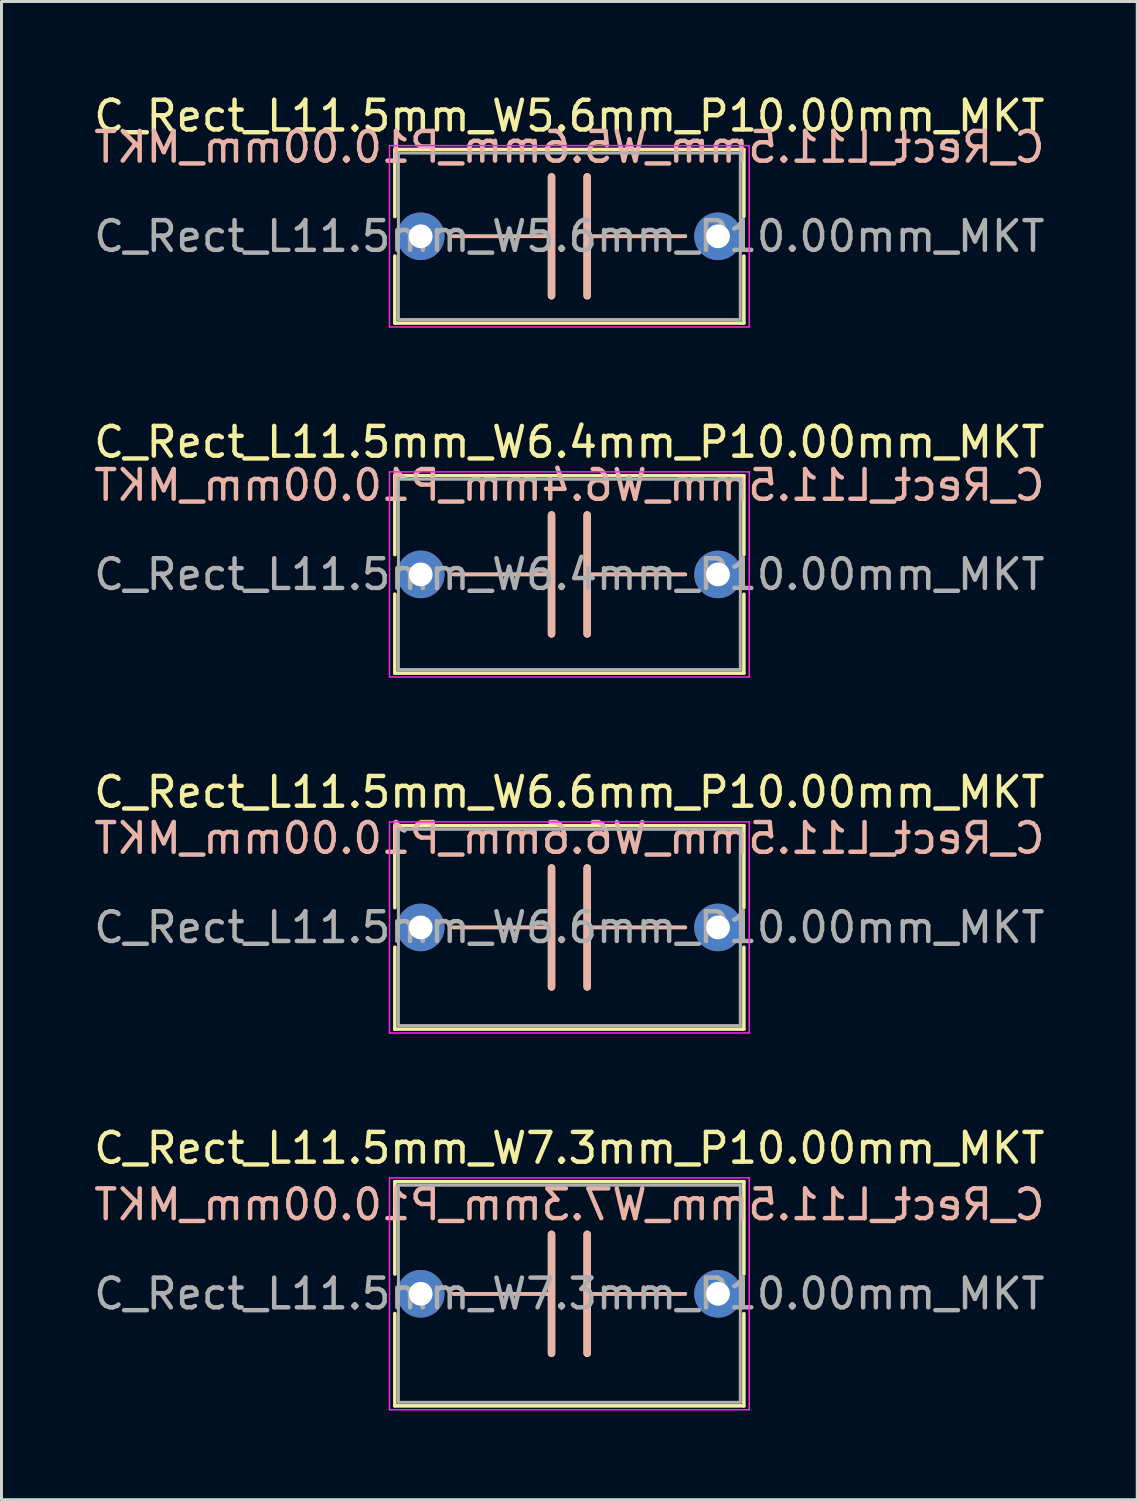
<source format=kicad_pcb>
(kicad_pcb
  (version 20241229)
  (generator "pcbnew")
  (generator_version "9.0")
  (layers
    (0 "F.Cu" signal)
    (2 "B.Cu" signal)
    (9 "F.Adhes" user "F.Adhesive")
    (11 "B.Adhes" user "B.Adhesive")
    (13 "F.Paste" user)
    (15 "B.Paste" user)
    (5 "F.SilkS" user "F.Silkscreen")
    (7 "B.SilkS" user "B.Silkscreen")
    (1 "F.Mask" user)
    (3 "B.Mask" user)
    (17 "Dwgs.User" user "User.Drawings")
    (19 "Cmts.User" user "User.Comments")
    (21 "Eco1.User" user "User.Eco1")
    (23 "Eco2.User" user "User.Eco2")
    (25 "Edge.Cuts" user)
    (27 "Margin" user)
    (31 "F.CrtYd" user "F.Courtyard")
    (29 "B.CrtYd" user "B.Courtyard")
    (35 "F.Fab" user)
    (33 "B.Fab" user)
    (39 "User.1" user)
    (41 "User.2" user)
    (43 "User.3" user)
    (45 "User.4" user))
  (footprint "C_Rect_L11.5mm_W7.3mm_P10.00mm_MKT"
    (layer "F.Cu")
    (at 11.101 40.468)
    (property "Reference" "C_Rect_L11.5mm_W7.3mm_P10.00mm_MKT" (at 5 -4.9 0) (layer "F.SilkS") (effects (font (size 1 1) (thickness 0.15))))
    (fp_line (start -0.87 -3.77) (end -0.87 -0.665) (stroke (width 0.12) (type solid)) (layer "F.SilkS"))
    (fp_line (start -0.87 -3.77) (end 10.87 -3.77) (stroke (width 0.12) (type solid)) (layer "F.SilkS"))
    (fp_line (start -0.87 0.665) (end -0.87 3.77) (stroke (width 0.12) (type solid)) (layer "F.SilkS"))
    (fp_line (start -0.87 3.77) (end 10.87 3.77) (stroke (width 0.12) (type solid)) (layer "F.SilkS"))
    (fp_line (start 1.1 0) (end 4.4 0) (stroke (width 0.12) (type solid)) (layer "F.SilkS"))
    (fp_line (start 4.4 2) (end 4.4 -2) (stroke (width 0.25) (type solid)) (layer "F.SilkS"))
    (fp_line (start 5.6 2) (end 5.6 -2) (stroke (width 0.25) (type solid)) (layer "F.SilkS"))
    (fp_line (start 8.9 0) (end 5.6 0) (stroke (width 0.12) (type solid)) (layer "F.SilkS"))
    (fp_line (start 10.87 -3.77) (end 10.87 -0.665) (stroke (width 0.12) (type solid)) (layer "F.SilkS"))
    (fp_line (start 10.87 0.665) (end 10.87 3.77) (stroke (width 0.12) (type solid)) (layer "F.SilkS"))
    (fp_line (start 1.1 0) (end 4.4 0) (stroke (width 0.12) (type solid)) (layer "B.SilkS"))
    (fp_line (start 4.4 -2) (end 4.4 2) (stroke (width 0.25) (type solid)) (layer "B.SilkS"))
    (fp_line (start 5.6 -2) (end 5.6 2) (stroke (width 0.25) (type solid)) (layer "B.SilkS"))
    (fp_line (start 8.9 0) (end 5.6 0) (stroke (width 0.12) (type solid)) (layer "B.SilkS"))
    (fp_line (start -1.05 -3.9) (end -1.05 3.9) (stroke (width 0.05) (type solid)) (layer "F.CrtYd"))
    (fp_line (start -1.05 3.9) (end 11.05 3.9) (stroke (width 0.05) (type solid)) (layer "F.CrtYd"))
    (fp_line (start 11.05 -3.9) (end -1.05 -3.9) (stroke (width 0.05) (type solid)) (layer "F.CrtYd"))
    (fp_line (start 11.05 3.9) (end 11.05 -3.9) (stroke (width 0.05) (type solid)) (layer "F.CrtYd"))
    (fp_line (start -0.75 -3.65) (end -0.75 3.65) (stroke (width 0.1) (type solid)) (layer "F.Fab"))
    (fp_line (start -0.75 3.65) (end 10.75 3.65) (stroke (width 0.1) (type solid)) (layer "F.Fab"))
    (fp_line (start 10.75 -3.65) (end -0.75 -3.65) (stroke (width 0.1) (type solid)) (layer "F.Fab"))
    (fp_line (start 10.75 3.65) (end 10.75 -3.65) (stroke (width 0.1) (type solid)) (layer "F.Fab"))
    (fp_text user "${REFERENCE}" (at 5 -3 0) (layer "B.SilkS") (effects (font (size 1 1) (thickness 0.15)) (justify mirror)))
    (fp_text user "${REFERENCE}" (at 5 0 0) (layer "F.Fab") (effects (font (size 1 1) (thickness 0.15))))
    (pad "1" thru_hole circle (at 0 0) (size 1.6 1.6) (drill 0.8) (layers "*.Cu" "*.Mask"))
    (pad "2" thru_hole circle (at 10 0) (size 1.6 1.6) (drill 0.8) (layers "*.Cu" "*.Mask")))
  (footprint "C_Rect_L11.5mm_W6.6mm_P10.00mm_MKT"
    (layer "F.Cu")
    (at 11.101 28.145)
    (property "Reference" "C_Rect_L11.5mm_W6.6mm_P10.00mm_MKT" (at 5 -4.55 0) (layer "F.SilkS") (effects (font (size 1 1) (thickness 0.15))))
    (fp_line (start -0.87 -3.42) (end -0.87 -0.665) (stroke (width 0.12) (type solid)) (layer "F.SilkS"))
    (fp_line (start -0.87 -3.42) (end 10.87 -3.42) (stroke (width 0.12) (type solid)) (layer "F.SilkS"))
    (fp_line (start -0.87 0.665) (end -0.87 3.42) (stroke (width 0.12) (type solid)) (layer "F.SilkS"))
    (fp_line (start -0.87 3.42) (end 10.87 3.42) (stroke (width 0.12) (type solid)) (layer "F.SilkS"))
    (fp_line (start 1.1 0) (end 4.4 0) (stroke (width 0.12) (type solid)) (layer "F.SilkS"))
    (fp_line (start 4.4 2) (end 4.4 -2) (stroke (width 0.25) (type solid)) (layer "F.SilkS"))
    (fp_line (start 5.6 2) (end 5.6 -2) (stroke (width 0.25) (type solid)) (layer "F.SilkS"))
    (fp_line (start 8.9 0) (end 5.6 0) (stroke (width 0.12) (type solid)) (layer "F.SilkS"))
    (fp_line (start 10.87 -3.42) (end 10.87 -0.665) (stroke (width 0.12) (type solid)) (layer "F.SilkS"))
    (fp_line (start 10.87 0.665) (end 10.87 3.42) (stroke (width 0.12) (type solid)) (layer "F.SilkS"))
    (fp_line (start 1.1 0) (end 4.4 0) (stroke (width 0.12) (type solid)) (layer "B.SilkS"))
    (fp_line (start 4.4 -2) (end 4.4 2) (stroke (width 0.25) (type solid)) (layer "B.SilkS"))
    (fp_line (start 5.6 -2) (end 5.6 2) (stroke (width 0.25) (type solid)) (layer "B.SilkS"))
    (fp_line (start 8.9 0) (end 5.6 0) (stroke (width 0.12) (type solid)) (layer "B.SilkS"))
    (fp_line (start -1.05 -3.55) (end -1.05 3.55) (stroke (width 0.05) (type solid)) (layer "F.CrtYd"))
    (fp_line (start -1.05 3.55) (end 11.05 3.55) (stroke (width 0.05) (type solid)) (layer "F.CrtYd"))
    (fp_line (start 11.05 -3.55) (end -1.05 -3.55) (stroke (width 0.05) (type solid)) (layer "F.CrtYd"))
    (fp_line (start 11.05 3.55) (end 11.05 -3.55) (stroke (width 0.05) (type solid)) (layer "F.CrtYd"))
    (fp_line (start -0.75 -3.3) (end -0.75 3.3) (stroke (width 0.1) (type solid)) (layer "F.Fab"))
    (fp_line (start -0.75 3.3) (end 10.75 3.3) (stroke (width 0.1) (type solid)) (layer "F.Fab"))
    (fp_line (start 10.75 -3.3) (end -0.75 -3.3) (stroke (width 0.1) (type solid)) (layer "F.Fab"))
    (fp_line (start 10.75 3.3) (end 10.75 -3.3) (stroke (width 0.1) (type solid)) (layer "F.Fab"))
    (fp_text user "${REFERENCE}" (at 5 -3 0) (layer "B.SilkS") (effects (font (size 1 1) (thickness 0.15)) (justify mirror)))
    (fp_text user "${REFERENCE}" (at 5 0 0) (layer "F.Fab") (effects (font (size 1 1) (thickness 0.15))))
    (pad "1" thru_hole circle (at 0 0) (size 1.6 1.6) (drill 0.8) (layers "*.Cu" "*.Mask"))
    (pad "2" thru_hole circle (at 10 0) (size 1.6 1.6) (drill 0.8) (layers "*.Cu" "*.Mask")))
  (footprint "C_Rect_L11.5mm_W5.6mm_P10.00mm_MKT"
    (layer "F.Cu")
    (at 11.101 4.898)
    (property "Reference" "C_Rect_L11.5mm_W5.6mm_P10.00mm_MKT" (at 5 -4.05 0) (layer "F.SilkS") (effects (font (size 1 1) (thickness 0.15))))
    (fp_line (start -0.87 -2.92) (end -0.87 -0.665) (stroke (width 0.12) (type solid)) (layer "F.SilkS"))
    (fp_line (start -0.87 -2.92) (end 10.87 -2.92) (stroke (width 0.12) (type solid)) (layer "F.SilkS"))
    (fp_line (start -0.87 0.665) (end -0.87 2.92) (stroke (width 0.12) (type solid)) (layer "F.SilkS"))
    (fp_line (start -0.87 2.92) (end 10.87 2.92) (stroke (width 0.12) (type solid)) (layer "F.SilkS"))
    (fp_line (start 1.1 0) (end 4.4 0) (stroke (width 0.12) (type solid)) (layer "F.SilkS"))
    (fp_line (start 4.4 2) (end 4.4 -2) (stroke (width 0.25) (type solid)) (layer "F.SilkS"))
    (fp_line (start 5.6 2) (end 5.6 -2) (stroke (width 0.25) (type solid)) (layer "F.SilkS"))
    (fp_line (start 8.9 0) (end 5.6 0) (stroke (width 0.12) (type solid)) (layer "F.SilkS"))
    (fp_line (start 10.87 -2.92) (end 10.87 -0.665) (stroke (width 0.12) (type solid)) (layer "F.SilkS"))
    (fp_line (start 10.87 0.665) (end 10.87 2.92) (stroke (width 0.12) (type solid)) (layer "F.SilkS"))
    (fp_line (start 1.1 0) (end 4.4 0) (stroke (width 0.12) (type solid)) (layer "B.SilkS"))
    (fp_line (start 4.4 -2) (end 4.4 2) (stroke (width 0.25) (type solid)) (layer "B.SilkS"))
    (fp_line (start 5.6 -2) (end 5.6 2) (stroke (width 0.25) (type solid)) (layer "B.SilkS"))
    (fp_line (start 8.9 0) (end 5.6 0) (stroke (width 0.12) (type solid)) (layer "B.SilkS"))
    (fp_line (start -1.05 -3.05) (end -1.05 3.05) (stroke (width 0.05) (type solid)) (layer "F.CrtYd"))
    (fp_line (start -1.05 3.05) (end 11.05 3.05) (stroke (width 0.05) (type solid)) (layer "F.CrtYd"))
    (fp_line (start 11.05 -3.05) (end -1.05 -3.05) (stroke (width 0.05) (type solid)) (layer "F.CrtYd"))
    (fp_line (start 11.05 3.05) (end 11.05 -3.05) (stroke (width 0.05) (type solid)) (layer "F.CrtYd"))
    (fp_line (start -0.75 -2.8) (end -0.75 2.8) (stroke (width 0.1) (type solid)) (layer "F.Fab"))
    (fp_line (start -0.75 2.8) (end 10.75 2.8) (stroke (width 0.1) (type solid)) (layer "F.Fab"))
    (fp_line (start 10.75 -2.8) (end -0.75 -2.8) (stroke (width 0.1) (type solid)) (layer "F.Fab"))
    (fp_line (start 10.75 2.8) (end 10.75 -2.8) (stroke (width 0.1) (type solid)) (layer "F.Fab"))
    (fp_text user "${REFERENCE}" (at 5 -3 0) (layer "B.SilkS") (effects (font (size 1 1) (thickness 0.15)) (justify mirror)))
    (fp_text user "${REFERENCE}" (at 5 0 0) (layer "F.Fab") (effects (font (size 1 1) (thickness 0.15))))
    (pad "1" thru_hole circle (at 0 0) (size 1.6 1.6) (drill 0.8) (layers "*.Cu" "*.Mask"))
    (pad "2" thru_hole circle (at 10 0) (size 1.6 1.6) (drill 0.8) (layers "*.Cu" "*.Mask")))
  (footprint "C_Rect_L11.5mm_W6.4mm_P10.00mm_MKT"
    (layer "F.Cu")
    (at 11.101 16.271)
    (property "Reference" "C_Rect_L11.5mm_W6.4mm_P10.00mm_MKT" (at 5 -4.45 0) (layer "F.SilkS") (effects (font (size 1 1) (thickness 0.15))))
    (fp_line (start -0.87 -3.32) (end -0.87 -0.665) (stroke (width 0.12) (type solid)) (layer "F.SilkS"))
    (fp_line (start -0.87 -3.32) (end 10.87 -3.32) (stroke (width 0.12) (type solid)) (layer "F.SilkS"))
    (fp_line (start -0.87 0.665) (end -0.87 3.32) (stroke (width 0.12) (type solid)) (layer "F.SilkS"))
    (fp_line (start -0.87 3.32) (end 10.87 3.32) (stroke (width 0.12) (type solid)) (layer "F.SilkS"))
    (fp_line (start 1.1 0) (end 4.4 0) (stroke (width 0.12) (type solid)) (layer "F.SilkS"))
    (fp_line (start 4.4 2) (end 4.4 -2) (stroke (width 0.25) (type solid)) (layer "F.SilkS"))
    (fp_line (start 5.6 2) (end 5.6 -2) (stroke (width 0.25) (type solid)) (layer "F.SilkS"))
    (fp_line (start 8.9 0) (end 5.6 0) (stroke (width 0.12) (type solid)) (layer "F.SilkS"))
    (fp_line (start 10.87 -3.32) (end 10.87 -0.665) (stroke (width 0.12) (type solid)) (layer "F.SilkS"))
    (fp_line (start 10.87 0.665) (end 10.87 3.32) (stroke (width 0.12) (type solid)) (layer "F.SilkS"))
    (fp_line (start 1.1 0) (end 4.4 0) (stroke (width 0.12) (type solid)) (layer "B.SilkS"))
    (fp_line (start 4.4 -2) (end 4.4 2) (stroke (width 0.25) (type solid)) (layer "B.SilkS"))
    (fp_line (start 5.6 -2) (end 5.6 2) (stroke (width 0.25) (type solid)) (layer "B.SilkS"))
    (fp_line (start 8.9 0) (end 5.6 0) (stroke (width 0.12) (type solid)) (layer "B.SilkS"))
    (fp_line (start -1.05 -3.45) (end -1.05 3.45) (stroke (width 0.05) (type solid)) (layer "F.CrtYd"))
    (fp_line (start -1.05 3.45) (end 11.05 3.45) (stroke (width 0.05) (type solid)) (layer "F.CrtYd"))
    (fp_line (start 11.05 -3.45) (end -1.05 -3.45) (stroke (width 0.05) (type solid)) (layer "F.CrtYd"))
    (fp_line (start 11.05 3.45) (end 11.05 -3.45) (stroke (width 0.05) (type solid)) (layer "F.CrtYd"))
    (fp_line (start -0.75 -3.2) (end -0.75 3.2) (stroke (width 0.1) (type solid)) (layer "F.Fab"))
    (fp_line (start -0.75 3.2) (end 10.75 3.2) (stroke (width 0.1) (type solid)) (layer "F.Fab"))
    (fp_line (start 10.75 -3.2) (end -0.75 -3.2) (stroke (width 0.1) (type solid)) (layer "F.Fab"))
    (fp_line (start 10.75 3.2) (end 10.75 -3.2) (stroke (width 0.1) (type solid)) (layer "F.Fab"))
    (fp_text user "${REFERENCE}" (at 5 -3 0) (layer "B.SilkS") (effects (font (size 1 1) (thickness 0.15)) (justify mirror)))
    (fp_text user "${REFERENCE}" (at 5 0 0) (layer "F.Fab") (effects (font (size 1 1) (thickness 0.15))))
    (pad "1" thru_hole circle (at 0 0) (size 1.6 1.6) (drill 0.8) (layers "*.Cu" "*.Mask"))
    (pad "2" thru_hole circle (at 10 0) (size 1.6 1.6) (drill 0.8) (layers "*.Cu" "*.Mask")))
  (gr_rect
    (start -3 -3)
    (end 35.202 47.393)
    (stroke (width 0.1) (type default))
    (fill no)
    (layer "Edge.Cuts")))
</source>
